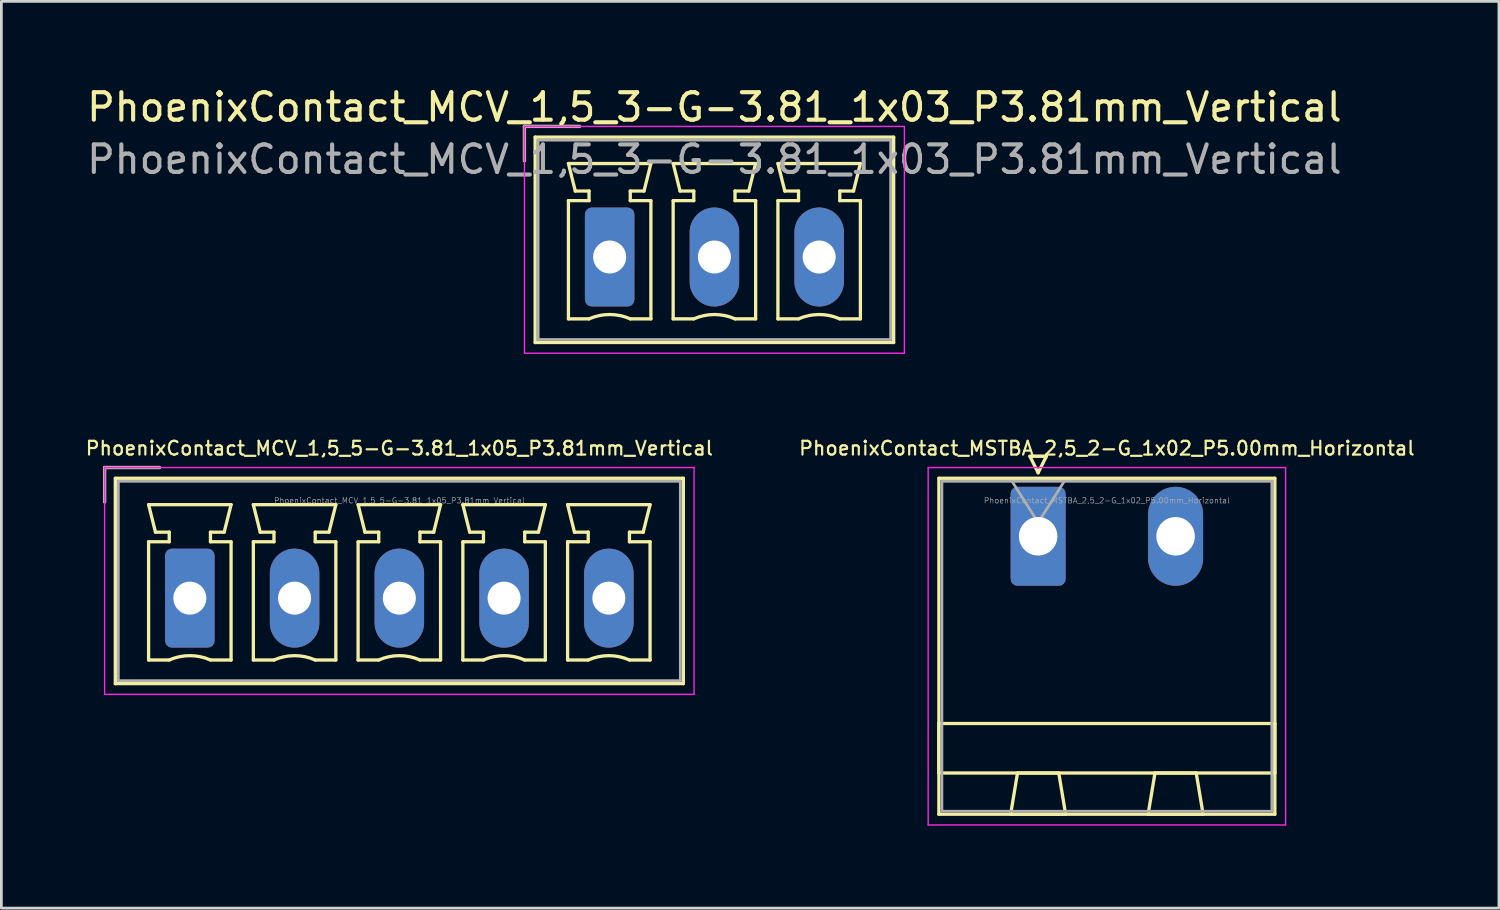
<source format=kicad_pcb>
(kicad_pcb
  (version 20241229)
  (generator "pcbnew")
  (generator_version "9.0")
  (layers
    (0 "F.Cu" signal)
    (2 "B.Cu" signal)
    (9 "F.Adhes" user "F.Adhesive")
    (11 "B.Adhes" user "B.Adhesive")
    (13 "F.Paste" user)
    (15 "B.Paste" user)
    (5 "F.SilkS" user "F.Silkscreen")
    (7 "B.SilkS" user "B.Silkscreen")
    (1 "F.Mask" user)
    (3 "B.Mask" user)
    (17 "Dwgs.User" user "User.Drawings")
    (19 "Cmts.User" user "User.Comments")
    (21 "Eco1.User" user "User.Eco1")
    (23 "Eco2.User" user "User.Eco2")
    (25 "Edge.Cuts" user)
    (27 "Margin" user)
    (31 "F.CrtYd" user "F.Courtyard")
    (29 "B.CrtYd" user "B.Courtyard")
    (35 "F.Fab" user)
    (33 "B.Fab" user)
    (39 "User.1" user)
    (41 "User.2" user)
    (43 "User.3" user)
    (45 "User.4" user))
  (footprint "PhoenixContact_MSTBA_2,5_2-G_1x02_P5.00mm_Horizontal"
    (layer "F.Cu")
    (at 34.71 16.456)
    (property "Reference" "PhoenixContact_MSTBA_2,5_2-G_1x02_P5.00mm_Horizontal" (at 2.5 -3.2 0) (layer "F.SilkS") (effects (font (size 0.5 0.5) (thickness 0.08))))
    (attr through_hole)
    (fp_line (start -3.61 -2.11) (end -3.61 10.11) (stroke (width 0.12) (type solid)) (layer "F.SilkS"))
    (fp_line (start -3.61 6.81) (end 8.61 6.81) (stroke (width 0.12) (type solid)) (layer "F.SilkS"))
    (fp_line (start -3.61 8.61) (end -3.61 6.81) (stroke (width 0.12) (type solid)) (layer "F.SilkS"))
    (fp_line (start -3.61 10.11) (end 8.61 10.11) (stroke (width 0.12) (type solid)) (layer "F.SilkS"))
    (fp_line (start -1 10.11) (end 1 10.11) (stroke (width 0.12) (type solid)) (layer "F.SilkS"))
    (fp_line (start -0.75 8.61) (end -1 10.11) (stroke (width 0.12) (type solid)) (layer "F.SilkS"))
    (fp_line (start -0.3 -2.91) (end 0.3 -2.91) (stroke (width 0.12) (type solid)) (layer "F.SilkS"))
    (fp_line (start 0 -2.31) (end -0.3 -2.91) (stroke (width 0.12) (type solid)) (layer "F.SilkS"))
    (fp_line (start 0.3 -2.91) (end 0 -2.31) (stroke (width 0.12) (type solid)) (layer "F.SilkS"))
    (fp_line (start 0.75 8.61) (end -0.75 8.61) (stroke (width 0.12) (type solid)) (layer "F.SilkS"))
    (fp_line (start 1 10.11) (end 0.75 8.61) (stroke (width 0.12) (type solid)) (layer "F.SilkS"))
    (fp_line (start 4 10.11) (end 6 10.11) (stroke (width 0.12) (type solid)) (layer "F.SilkS"))
    (fp_line (start 4.25 8.61) (end 4 10.11) (stroke (width 0.12) (type solid)) (layer "F.SilkS"))
    (fp_line (start 5.75 8.61) (end 4.25 8.61) (stroke (width 0.12) (type solid)) (layer "F.SilkS"))
    (fp_line (start 6 10.11) (end 5.75 8.61) (stroke (width 0.12) (type solid)) (layer "F.SilkS"))
    (fp_line (start 8.61 -2.11) (end -3.61 -2.11) (stroke (width 0.12) (type solid)) (layer "F.SilkS"))
    (fp_line (start 8.61 6.81) (end 8.61 8.61) (stroke (width 0.12) (type solid)) (layer "F.SilkS"))
    (fp_line (start 8.61 8.61) (end -3.61 8.61) (stroke (width 0.12) (type solid)) (layer "F.SilkS"))
    (fp_line (start 8.61 10.11) (end 8.61 -2.11) (stroke (width 0.12) (type solid)) (layer "F.SilkS"))
    (fp_line (start -4 -2.5) (end -4 10.5) (stroke (width 0.05) (type solid)) (layer "F.CrtYd"))
    (fp_line (start -4 10.5) (end 9 10.5) (stroke (width 0.05) (type solid)) (layer "F.CrtYd"))
    (fp_line (start 9 -2.5) (end -4 -2.5) (stroke (width 0.05) (type solid)) (layer "F.CrtYd"))
    (fp_line (start 9 10.5) (end 9 -2.5) (stroke (width 0.05) (type solid)) (layer "F.CrtYd"))
    (fp_line (start -3.5 -2) (end -3.5 10) (stroke (width 0.1) (type solid)) (layer "F.Fab"))
    (fp_line (start -3.5 10) (end 8.5 10) (stroke (width 0.1) (type solid)) (layer "F.Fab"))
    (fp_line (start 0 -0.5) (end -0.95 -2) (stroke (width 0.1) (type solid)) (layer "F.Fab"))
    (fp_line (start 0.95 -2) (end 0 -0.5) (stroke (width 0.1) (type solid)) (layer "F.Fab"))
    (fp_line (start 8.5 -2) (end -3.5 -2) (stroke (width 0.1) (type solid)) (layer "F.Fab"))
    (fp_line (start 8.5 10) (end 8.5 -2) (stroke (width 0.1) (type solid)) (layer "F.Fab"))
    (fp_text user "${REFERENCE}" (at 2.5 -1.3 0) (layer "F.Fab") (effects (font (size 0.2 0.2) (thickness 0.02))))
    (pad "1" thru_hole roundrect (at 0 0) (size 2 3.6) (drill 1.4) (layers "*.Cu" "*.Mask") (roundrect_rratio 0.125))
    (pad "2" thru_hole oval (at 5 0) (size 2 3.6) (drill 1.4) (layers "*.Cu" "*.Mask")))
  (footprint "PhoenixContact_MCV_1,5_3-G-3.81_1x03_P3.81mm_Vertical"
    (layer "F.Cu")
    (at 19.125 6.298)
    (property "Reference" "PhoenixContact_MCV_1,5_3-G-3.81_1x03_P3.81mm_Vertical" (at 3.81 -5.45 0) (layer "F.SilkS") (effects (font (size 1 1) (thickness 0.15))))
    (attr through_hole)
    (fp_line (start -3.1 -4.75) (end -1.1 -4.75) (stroke (width 0.12) (type solid)) (layer "F.SilkS"))
    (fp_line (start -3.1 -3.5) (end -3.1 -4.75) (stroke (width 0.12) (type solid)) (layer "F.SilkS"))
    (fp_line (start -2.71 -4.36) (end -2.71 3.11) (stroke (width 0.12) (type solid)) (layer "F.SilkS"))
    (fp_line (start -2.71 3.11) (end 10.33 3.11) (stroke (width 0.12) (type solid)) (layer "F.SilkS"))
    (fp_line (start -1.5 -3.4) (end 1.5 -3.4) (stroke (width 0.12) (type solid)) (layer "F.SilkS"))
    (fp_line (start -1.5 -2.05) (end -0.75 -2.05) (stroke (width 0.12) (type solid)) (layer "F.SilkS"))
    (fp_line (start -1.5 2.25) (end -1.5 -2.05) (stroke (width 0.12) (type solid)) (layer "F.SilkS"))
    (fp_line (start -1.25 -2.4) (end -1.5 -3.4) (stroke (width 0.12) (type solid)) (layer "F.SilkS"))
    (fp_line (start -0.75 -2.4) (end -1.25 -2.4) (stroke (width 0.12) (type solid)) (layer "F.SilkS"))
    (fp_line (start -0.75 -2.05) (end -0.75 -2.4) (stroke (width 0.12) (type solid)) (layer "F.SilkS"))
    (fp_line (start -0.75 2.25) (end -1.5 2.25) (stroke (width 0.12) (type solid)) (layer "F.SilkS"))
    (fp_line (start 0.75 -2.4) (end 0.75 -2.05) (stroke (width 0.12) (type solid)) (layer "F.SilkS"))
    (fp_line (start 0.75 -2.05) (end 1.5 -2.05) (stroke (width 0.12) (type solid)) (layer "F.SilkS"))
    (fp_line (start 1.25 -2.4) (end 0.75 -2.4) (stroke (width 0.12) (type solid)) (layer "F.SilkS"))
    (fp_line (start 1.5 -3.4) (end 1.25 -2.4) (stroke (width 0.12) (type solid)) (layer "F.SilkS"))
    (fp_line (start 1.5 -2.05) (end 1.5 2.25) (stroke (width 0.12) (type solid)) (layer "F.SilkS"))
    (fp_line (start 1.5 2.25) (end 0.75 2.25) (stroke (width 0.12) (type solid)) (layer "F.SilkS"))
    (fp_line (start 2.31 -3.4) (end 5.31 -3.4) (stroke (width 0.12) (type solid)) (layer "F.SilkS"))
    (fp_line (start 2.31 -2.05) (end 3.06 -2.05) (stroke (width 0.12) (type solid)) (layer "F.SilkS"))
    (fp_line (start 2.31 2.25) (end 2.31 -2.05) (stroke (width 0.12) (type solid)) (layer "F.SilkS"))
    (fp_line (start 2.56 -2.4) (end 2.31 -3.4) (stroke (width 0.12) (type solid)) (layer "F.SilkS"))
    (fp_line (start 3.06 -2.4) (end 2.56 -2.4) (stroke (width 0.12) (type solid)) (layer "F.SilkS"))
    (fp_line (start 3.06 -2.05) (end 3.06 -2.4) (stroke (width 0.12) (type solid)) (layer "F.SilkS"))
    (fp_line (start 3.06 2.25) (end 2.31 2.25) (stroke (width 0.12) (type solid)) (layer "F.SilkS"))
    (fp_line (start 4.56 -2.4) (end 4.56 -2.05) (stroke (width 0.12) (type solid)) (layer "F.SilkS"))
    (fp_line (start 4.56 -2.05) (end 5.31 -2.05) (stroke (width 0.12) (type solid)) (layer "F.SilkS"))
    (fp_line (start 5.06 -2.4) (end 4.56 -2.4) (stroke (width 0.12) (type solid)) (layer "F.SilkS"))
    (fp_line (start 5.31 -3.4) (end 5.06 -2.4) (stroke (width 0.12) (type solid)) (layer "F.SilkS"))
    (fp_line (start 5.31 -2.05) (end 5.31 2.25) (stroke (width 0.12) (type solid)) (layer "F.SilkS"))
    (fp_line (start 5.31 2.25) (end 4.56 2.25) (stroke (width 0.12) (type solid)) (layer "F.SilkS"))
    (fp_line (start 6.12 -3.4) (end 9.12 -3.4) (stroke (width 0.12) (type solid)) (layer "F.SilkS"))
    (fp_line (start 6.12 -2.05) (end 6.87 -2.05) (stroke (width 0.12) (type solid)) (layer "F.SilkS"))
    (fp_line (start 6.12 2.25) (end 6.12 -2.05) (stroke (width 0.12) (type solid)) (layer "F.SilkS"))
    (fp_line (start 6.37 -2.4) (end 6.12 -3.4) (stroke (width 0.12) (type solid)) (layer "F.SilkS"))
    (fp_line (start 6.87 -2.4) (end 6.37 -2.4) (stroke (width 0.12) (type solid)) (layer "F.SilkS"))
    (fp_line (start 6.87 -2.05) (end 6.87 -2.4) (stroke (width 0.12) (type solid)) (layer "F.SilkS"))
    (fp_line (start 6.87 2.25) (end 6.12 2.25) (stroke (width 0.12) (type solid)) (layer "F.SilkS"))
    (fp_line (start 8.37 -2.4) (end 8.37 -2.05) (stroke (width 0.12) (type solid)) (layer "F.SilkS"))
    (fp_line (start 8.37 -2.05) (end 9.12 -2.05) (stroke (width 0.12) (type solid)) (layer "F.SilkS"))
    (fp_line (start 8.87 -2.4) (end 8.37 -2.4) (stroke (width 0.12) (type solid)) (layer "F.SilkS"))
    (fp_line (start 9.12 -3.4) (end 8.87 -2.4) (stroke (width 0.12) (type solid)) (layer "F.SilkS"))
    (fp_line (start 9.12 -2.05) (end 9.12 2.25) (stroke (width 0.12) (type solid)) (layer "F.SilkS"))
    (fp_line (start 9.12 2.25) (end 8.37 2.25) (stroke (width 0.12) (type solid)) (layer "F.SilkS"))
    (fp_line (start 10.33 -4.36) (end -2.71 -4.36) (stroke (width 0.12) (type solid)) (layer "F.SilkS"))
    (fp_line (start 10.33 3.11) (end 10.33 -4.36) (stroke (width 0.12) (type solid)) (layer "F.SilkS"))
    (fp_arc (start -0.75 2.25) (mid -0.000193 2.09191) (end 0.749647 2.249844) (stroke (width 0.12) (type solid)) (layer "F.SilkS"))
    (fp_arc (start 3.06 2.25) (mid 3.809807 2.09191) (end 4.559647 2.249844) (stroke (width 0.12) (type solid)) (layer "F.SilkS"))
    (fp_arc (start 6.87 2.25) (mid 7.619807 2.09191) (end 8.369647 2.249844) (stroke (width 0.12) (type solid)) (layer "F.SilkS"))
    (fp_line (start -3.1 -4.75) (end -3.1 3.5) (stroke (width 0.05) (type solid)) (layer "F.CrtYd"))
    (fp_line (start -3.1 3.5) (end 10.72 3.5) (stroke (width 0.05) (type solid)) (layer "F.CrtYd"))
    (fp_line (start 10.72 -4.75) (end -3.1 -4.75) (stroke (width 0.05) (type solid)) (layer "F.CrtYd"))
    (fp_line (start 10.72 3.5) (end 10.72 -4.75) (stroke (width 0.05) (type solid)) (layer "F.CrtYd"))
    (fp_line (start -3.1 -4.75) (end -1.1 -4.75) (stroke (width 0.1) (type solid)) (layer "F.Fab"))
    (fp_line (start -3.1 -3.5) (end -3.1 -4.75) (stroke (width 0.1) (type solid)) (layer "F.Fab"))
    (fp_line (start -2.6 -4.25) (end -2.6 3) (stroke (width 0.1) (type solid)) (layer "F.Fab"))
    (fp_line (start -2.6 3) (end 10.22 3) (stroke (width 0.1) (type solid)) (layer "F.Fab"))
    (fp_line (start 10.22 -4.25) (end -2.6 -4.25) (stroke (width 0.1) (type solid)) (layer "F.Fab"))
    (fp_line (start 10.22 3) (end 10.22 -4.25) (stroke (width 0.1) (type solid)) (layer "F.Fab"))
    (fp_text user "${REFERENCE}" (at 3.81 -3.55 0) (layer "F.Fab") (effects (font (size 1 1) (thickness 0.15))))
    (pad "1" thru_hole roundrect (at 0 0) (size 1.8 3.6) (drill 1.2) (layers "*.Cu" "*.Mask") (roundrect_rratio 0.139))
    (pad "2" thru_hole oval (at 3.81 0) (size 1.8 3.6) (drill 1.2) (layers "*.Cu" "*.Mask"))
    (pad "3" thru_hole oval (at 7.62 0) (size 1.8 3.6) (drill 1.2) (layers "*.Cu" "*.Mask")))
  (footprint "PhoenixContact_MCV_1,5_5-G-3.81_1x05_P3.81mm_Vertical"
    (layer "F.Cu")
    (at 3.855 18.706)
    (property "Reference" "PhoenixContact_MCV_1,5_5-G-3.81_1x05_P3.81mm_Vertical" (at 7.62 -5.45 0) (layer "F.SilkS") (effects (font (size 0.5 0.5) (thickness 0.08))))
    (attr through_hole)
    (fp_line (start -3.1 -4.75) (end -1.1 -4.75) (stroke (width 0.12) (type solid)) (layer "F.SilkS"))
    (fp_line (start -3.1 -3.5) (end -3.1 -4.75) (stroke (width 0.12) (type solid)) (layer "F.SilkS"))
    (fp_line (start -2.71 -4.36) (end -2.71 3.11) (stroke (width 0.12) (type solid)) (layer "F.SilkS"))
    (fp_line (start -2.71 3.11) (end 17.95 3.11) (stroke (width 0.12) (type solid)) (layer "F.SilkS"))
    (fp_line (start -1.5 -3.4) (end 1.5 -3.4) (stroke (width 0.12) (type solid)) (layer "F.SilkS"))
    (fp_line (start -1.5 -2.05) (end -0.75 -2.05) (stroke (width 0.12) (type solid)) (layer "F.SilkS"))
    (fp_line (start -1.5 2.25) (end -1.5 -2.05) (stroke (width 0.12) (type solid)) (layer "F.SilkS"))
    (fp_line (start -1.25 -2.4) (end -1.5 -3.4) (stroke (width 0.12) (type solid)) (layer "F.SilkS"))
    (fp_line (start -0.75 -2.4) (end -1.25 -2.4) (stroke (width 0.12) (type solid)) (layer "F.SilkS"))
    (fp_line (start -0.75 -2.05) (end -0.75 -2.4) (stroke (width 0.12) (type solid)) (layer "F.SilkS"))
    (fp_line (start -0.75 2.25) (end -1.5 2.25) (stroke (width 0.12) (type solid)) (layer "F.SilkS"))
    (fp_line (start 0.75 -2.4) (end 0.75 -2.05) (stroke (width 0.12) (type solid)) (layer "F.SilkS"))
    (fp_line (start 0.75 -2.05) (end 1.5 -2.05) (stroke (width 0.12) (type solid)) (layer "F.SilkS"))
    (fp_line (start 1.25 -2.4) (end 0.75 -2.4) (stroke (width 0.12) (type solid)) (layer "F.SilkS"))
    (fp_line (start 1.5 -3.4) (end 1.25 -2.4) (stroke (width 0.12) (type solid)) (layer "F.SilkS"))
    (fp_line (start 1.5 -2.05) (end 1.5 2.25) (stroke (width 0.12) (type solid)) (layer "F.SilkS"))
    (fp_line (start 1.5 2.25) (end 0.75 2.25) (stroke (width 0.12) (type solid)) (layer "F.SilkS"))
    (fp_line (start 2.31 -3.4) (end 5.31 -3.4) (stroke (width 0.12) (type solid)) (layer "F.SilkS"))
    (fp_line (start 2.31 -2.05) (end 3.06 -2.05) (stroke (width 0.12) (type solid)) (layer "F.SilkS"))
    (fp_line (start 2.31 2.25) (end 2.31 -2.05) (stroke (width 0.12) (type solid)) (layer "F.SilkS"))
    (fp_line (start 2.56 -2.4) (end 2.31 -3.4) (stroke (width 0.12) (type solid)) (layer "F.SilkS"))
    (fp_line (start 3.06 -2.4) (end 2.56 -2.4) (stroke (width 0.12) (type solid)) (layer "F.SilkS"))
    (fp_line (start 3.06 -2.05) (end 3.06 -2.4) (stroke (width 0.12) (type solid)) (layer "F.SilkS"))
    (fp_line (start 3.06 2.25) (end 2.31 2.25) (stroke (width 0.12) (type solid)) (layer "F.SilkS"))
    (fp_line (start 4.56 -2.4) (end 4.56 -2.05) (stroke (width 0.12) (type solid)) (layer "F.SilkS"))
    (fp_line (start 4.56 -2.05) (end 5.31 -2.05) (stroke (width 0.12) (type solid)) (layer "F.SilkS"))
    (fp_line (start 5.06 -2.4) (end 4.56 -2.4) (stroke (width 0.12) (type solid)) (layer "F.SilkS"))
    (fp_line (start 5.31 -3.4) (end 5.06 -2.4) (stroke (width 0.12) (type solid)) (layer "F.SilkS"))
    (fp_line (start 5.31 -2.05) (end 5.31 2.25) (stroke (width 0.12) (type solid)) (layer "F.SilkS"))
    (fp_line (start 5.31 2.25) (end 4.56 2.25) (stroke (width 0.12) (type solid)) (layer "F.SilkS"))
    (fp_line (start 6.12 -3.4) (end 9.12 -3.4) (stroke (width 0.12) (type solid)) (layer "F.SilkS"))
    (fp_line (start 6.12 -2.05) (end 6.87 -2.05) (stroke (width 0.12) (type solid)) (layer "F.SilkS"))
    (fp_line (start 6.12 2.25) (end 6.12 -2.05) (stroke (width 0.12) (type solid)) (layer "F.SilkS"))
    (fp_line (start 6.37 -2.4) (end 6.12 -3.4) (stroke (width 0.12) (type solid)) (layer "F.SilkS"))
    (fp_line (start 6.87 -2.4) (end 6.37 -2.4) (stroke (width 0.12) (type solid)) (layer "F.SilkS"))
    (fp_line (start 6.87 -2.05) (end 6.87 -2.4) (stroke (width 0.12) (type solid)) (layer "F.SilkS"))
    (fp_line (start 6.87 2.25) (end 6.12 2.25) (stroke (width 0.12) (type solid)) (layer "F.SilkS"))
    (fp_line (start 8.37 -2.4) (end 8.37 -2.05) (stroke (width 0.12) (type solid)) (layer "F.SilkS"))
    (fp_line (start 8.37 -2.05) (end 9.12 -2.05) (stroke (width 0.12) (type solid)) (layer "F.SilkS"))
    (fp_line (start 8.87 -2.4) (end 8.37 -2.4) (stroke (width 0.12) (type solid)) (layer "F.SilkS"))
    (fp_line (start 9.12 -3.4) (end 8.87 -2.4) (stroke (width 0.12) (type solid)) (layer "F.SilkS"))
    (fp_line (start 9.12 -2.05) (end 9.12 2.25) (stroke (width 0.12) (type solid)) (layer "F.SilkS"))
    (fp_line (start 9.12 2.25) (end 8.37 2.25) (stroke (width 0.12) (type solid)) (layer "F.SilkS"))
    (fp_line (start 9.93 -3.4) (end 12.93 -3.4) (stroke (width 0.12) (type solid)) (layer "F.SilkS"))
    (fp_line (start 9.93 -2.05) (end 10.68 -2.05) (stroke (width 0.12) (type solid)) (layer "F.SilkS"))
    (fp_line (start 9.93 2.25) (end 9.93 -2.05) (stroke (width 0.12) (type solid)) (layer "F.SilkS"))
    (fp_line (start 10.18 -2.4) (end 9.93 -3.4) (stroke (width 0.12) (type solid)) (layer "F.SilkS"))
    (fp_line (start 10.68 -2.4) (end 10.18 -2.4) (stroke (width 0.12) (type solid)) (layer "F.SilkS"))
    (fp_line (start 10.68 -2.05) (end 10.68 -2.4) (stroke (width 0.12) (type solid)) (layer "F.SilkS"))
    (fp_line (start 10.68 2.25) (end 9.93 2.25) (stroke (width 0.12) (type solid)) (layer "F.SilkS"))
    (fp_line (start 12.18 -2.4) (end 12.18 -2.05) (stroke (width 0.12) (type solid)) (layer "F.SilkS"))
    (fp_line (start 12.18 -2.05) (end 12.93 -2.05) (stroke (width 0.12) (type solid)) (layer "F.SilkS"))
    (fp_line (start 12.68 -2.4) (end 12.18 -2.4) (stroke (width 0.12) (type solid)) (layer "F.SilkS"))
    (fp_line (start 12.93 -3.4) (end 12.68 -2.4) (stroke (width 0.12) (type solid)) (layer "F.SilkS"))
    (fp_line (start 12.93 -2.05) (end 12.93 2.25) (stroke (width 0.12) (type solid)) (layer "F.SilkS"))
    (fp_line (start 12.93 2.25) (end 12.18 2.25) (stroke (width 0.12) (type solid)) (layer "F.SilkS"))
    (fp_line (start 13.74 -3.4) (end 16.74 -3.4) (stroke (width 0.12) (type solid)) (layer "F.SilkS"))
    (fp_line (start 13.74 -2.05) (end 14.49 -2.05) (stroke (width 0.12) (type solid)) (layer "F.SilkS"))
    (fp_line (start 13.74 2.25) (end 13.74 -2.05) (stroke (width 0.12) (type solid)) (layer "F.SilkS"))
    (fp_line (start 13.99 -2.4) (end 13.74 -3.4) (stroke (width 0.12) (type solid)) (layer "F.SilkS"))
    (fp_line (start 14.49 -2.4) (end 13.99 -2.4) (stroke (width 0.12) (type solid)) (layer "F.SilkS"))
    (fp_line (start 14.49 -2.05) (end 14.49 -2.4) (stroke (width 0.12) (type solid)) (layer "F.SilkS"))
    (fp_line (start 14.49 2.25) (end 13.74 2.25) (stroke (width 0.12) (type solid)) (layer "F.SilkS"))
    (fp_line (start 15.99 -2.4) (end 15.99 -2.05) (stroke (width 0.12) (type solid)) (layer "F.SilkS"))
    (fp_line (start 15.99 -2.05) (end 16.74 -2.05) (stroke (width 0.12) (type solid)) (layer "F.SilkS"))
    (fp_line (start 16.49 -2.4) (end 15.99 -2.4) (stroke (width 0.12) (type solid)) (layer "F.SilkS"))
    (fp_line (start 16.74 -3.4) (end 16.49 -2.4) (stroke (width 0.12) (type solid)) (layer "F.SilkS"))
    (fp_line (start 16.74 -2.05) (end 16.74 2.25) (stroke (width 0.12) (type solid)) (layer "F.SilkS"))
    (fp_line (start 16.74 2.25) (end 15.99 2.25) (stroke (width 0.12) (type solid)) (layer "F.SilkS"))
    (fp_line (start 17.95 -4.36) (end -2.71 -4.36) (stroke (width 0.12) (type solid)) (layer "F.SilkS"))
    (fp_line (start 17.95 3.11) (end 17.95 -4.36) (stroke (width 0.12) (type solid)) (layer "F.SilkS"))
    (fp_arc (start -0.75 2.25) (mid -0.000193 2.09191) (end 0.749647 2.249844) (stroke (width 0.12) (type solid)) (layer "F.SilkS"))
    (fp_arc (start 3.06 2.25) (mid 3.809807 2.09191) (end 4.559647 2.249844) (stroke (width 0.12) (type solid)) (layer "F.SilkS"))
    (fp_arc (start 6.87 2.25) (mid 7.619807 2.09191) (end 8.369647 2.249844) (stroke (width 0.12) (type solid)) (layer "F.SilkS"))
    (fp_arc (start 10.68 2.25) (mid 11.429807 2.09191) (end 12.179647 2.249844) (stroke (width 0.12) (type solid)) (layer "F.SilkS"))
    (fp_arc (start 14.49 2.25) (mid 15.239807 2.09191) (end 15.989647 2.249844) (stroke (width 0.12) (type solid)) (layer "F.SilkS"))
    (fp_line (start -3.1 -4.75) (end -3.1 3.5) (stroke (width 0.05) (type solid)) (layer "F.CrtYd"))
    (fp_line (start -3.1 3.5) (end 18.34 3.5) (stroke (width 0.05) (type solid)) (layer "F.CrtYd"))
    (fp_line (start 18.34 -4.75) (end -3.1 -4.75) (stroke (width 0.05) (type solid)) (layer "F.CrtYd"))
    (fp_line (start 18.34 3.5) (end 18.34 -4.75) (stroke (width 0.05) (type solid)) (layer "F.CrtYd"))
    (fp_line (start -3.1 -4.75) (end -1.1 -4.75) (stroke (width 0.1) (type solid)) (layer "F.Fab"))
    (fp_line (start -3.1 -3.5) (end -3.1 -4.75) (stroke (width 0.1) (type solid)) (layer "F.Fab"))
    (fp_line (start -2.6 -4.25) (end -2.6 3) (stroke (width 0.1) (type solid)) (layer "F.Fab"))
    (fp_line (start -2.6 3) (end 17.84 3) (stroke (width 0.1) (type solid)) (layer "F.Fab"))
    (fp_line (start 17.84 -4.25) (end -2.6 -4.25) (stroke (width 0.1) (type solid)) (layer "F.Fab"))
    (fp_line (start 17.84 3) (end 17.84 -4.25) (stroke (width 0.1) (type solid)) (layer "F.Fab"))
    (fp_text user "${REFERENCE}" (at 7.62 -3.55 0) (layer "F.Fab") (effects (font (size 0.2 0.2) (thickness 0.02))))
    (pad "1" thru_hole roundrect (at 0 0) (size 1.8 3.6) (drill 1.2) (layers "*.Cu" "*.Mask") (roundrect_rratio 0.139))
    (pad "2" thru_hole oval (at 3.81 0) (size 1.8 3.6) (drill 1.2) (layers "*.Cu" "*.Mask"))
    (pad "3" thru_hole oval (at 7.62 0) (size 1.8 3.6) (drill 1.2) (layers "*.Cu" "*.Mask"))
    (pad "4" thru_hole oval (at 11.43 0) (size 1.8 3.6) (drill 1.2) (layers "*.Cu" "*.Mask"))
    (pad "5" thru_hole oval (at 15.24 0) (size 1.8 3.6) (drill 1.2) (layers "*.Cu" "*.Mask")))
  (gr_rect
    (start -3 -3)
    (end 51.47 29.981)
    (stroke (width 0.1) (type default))
    (fill no)
    (layer "Edge.Cuts")))
</source>
